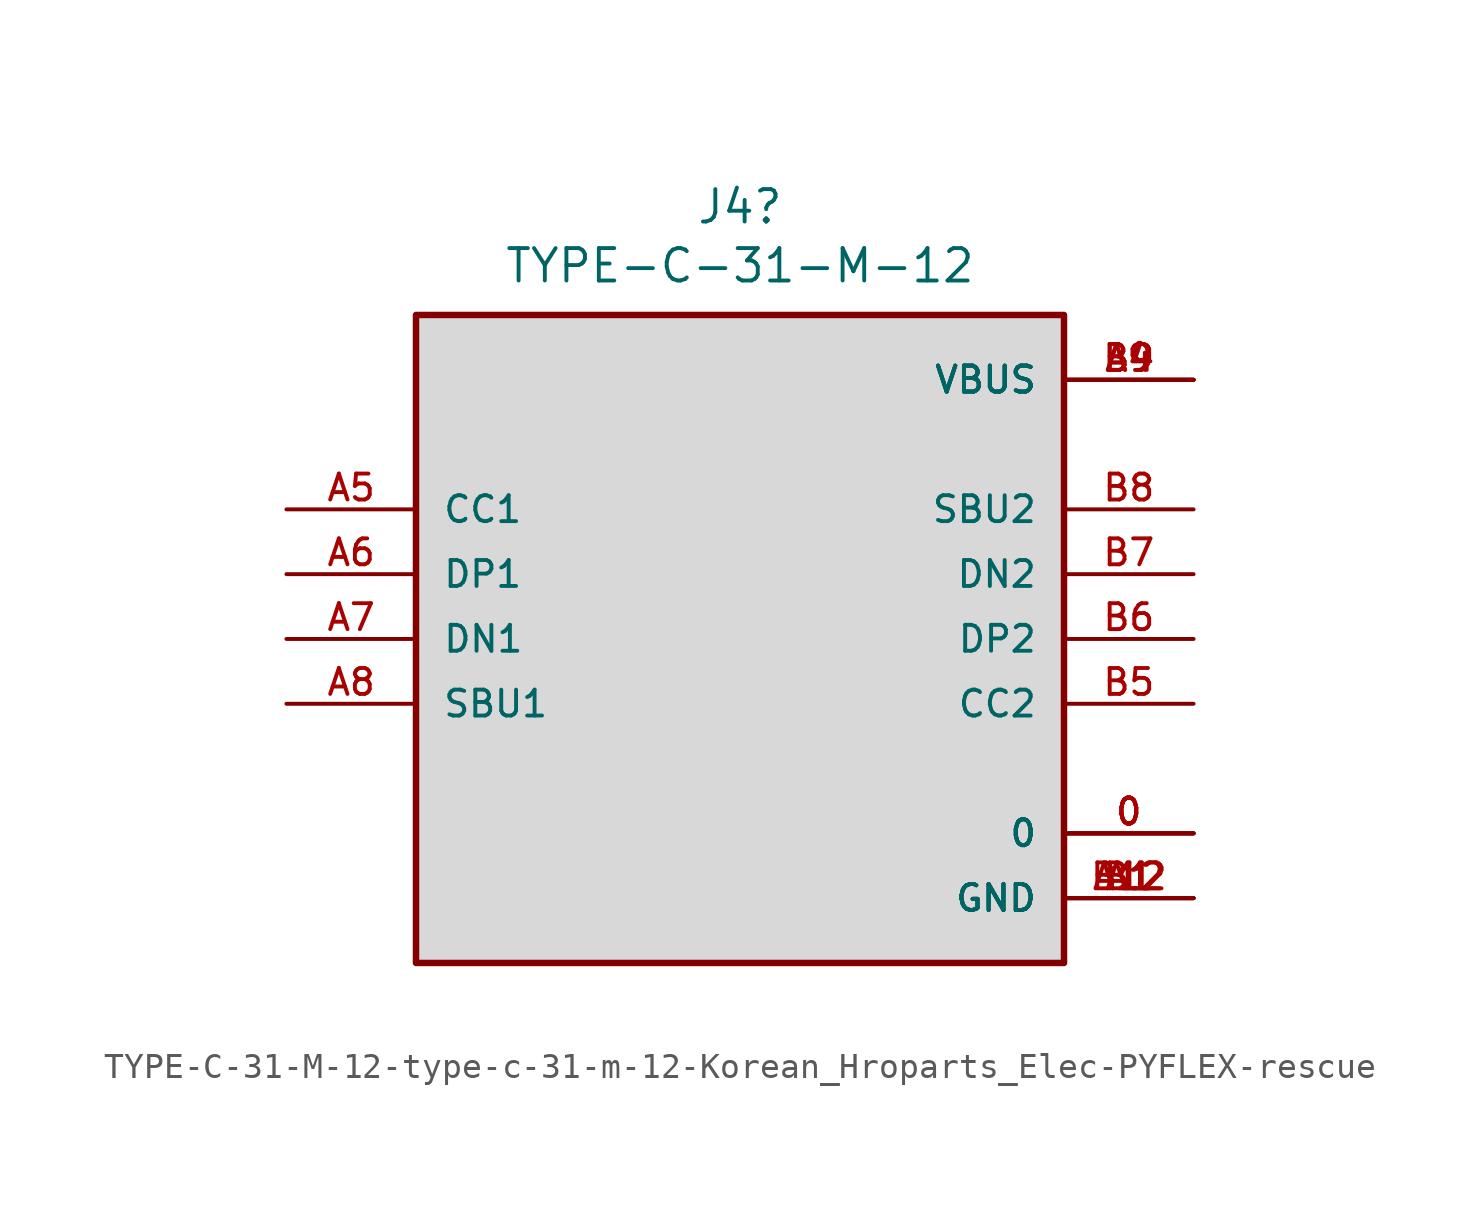
<source format=kicad_sym>
(kicad_symbol_lib
  (version 20220914)
  (generator kicad_symbol_editor)
  (symbol "TYPE-C-31-M-12-type-c-31-m-12-Korean_Hroparts_Elec-PYFLEX-rescue"
    (pin_names
      (offset 1.016))
    (property "Reference" "J4"
      (at 0 16.942 0)
      (effects (font (size 1.27 1.27))))
    (property "Value" "TYPE-C-31-M-12"
      (at 0 14.63 0)
      (effects (font (size 1.27 1.27))))
    (symbol "TYPE-C-31-M-12-type-c-31-m-12-Korean_Hroparts_Elec-PYFLEX-rescue_0_0"
      (pin passive line (at 17.78 -7.62 180) (length 5.08) (name "0" (effects (font (size 1.016 1.016)))) (number "0" (effects (font (size 1.016 1.016)))))
      (pin passive line (at 17.78 -7.62 180) (length 5.08) (name "0" (effects (font (size 1.016 1.016)))) (number "0" (effects (font (size 1.016 1.016)))))
      (pin passive line (at 17.78 -7.62 180) (length 5.08) (name "0" (effects (font (size 1.016 1.016)))) (number "0" (effects (font (size 1.016 1.016)))))
      (pin passive line (at 17.78 -7.62 180) (length 5.08) (name "0" (effects (font (size 1.016 1.016)))) (number "0" (effects (font (size 1.016 1.016)))))
      (pin power_in line (at 17.78 -10.16 180) (length 5.08) (name "GND" (effects (font (size 1.016 1.016)))) (number "A1" (effects (font (size 1.016 1.016)))))
      (pin power_in line (at 17.78 -10.16 180) (length 5.08) (name "GND" (effects (font (size 1.016 1.016)))) (number "A12" (effects (font (size 1.016 1.016)))))
      (pin power_in line (at 17.78 10.16 180) (length 5.08) (name "VBUS" (effects (font (size 1.016 1.016)))) (number "A4" (effects (font (size 1.016 1.016)))))
      (pin bidirectional line (at -17.78 5.08 0) (length 5.08) (name "CC1" (effects (font (size 1.016 1.016)))) (number "A5" (effects (font (size 1.016 1.016)))))
      (pin bidirectional line (at -17.78 2.54 0) (length 5.08) (name "DP1" (effects (font (size 1.016 1.016)))) (number "A6" (effects (font (size 1.016 1.016)))))
      (pin bidirectional line (at -17.78 0 0) (length 5.08) (name "DN1" (effects (font (size 1.016 1.016)))) (number "A7" (effects (font (size 1.016 1.016)))))
      (pin bidirectional line (at -17.78 -2.54 0) (length 5.08) (name "SBU1" (effects (font (size 1.016 1.016)))) (number "A8" (effects (font (size 1.016 1.016)))))
      (pin power_in line (at 17.78 10.16 180) (length 5.08) (name "VBUS" (effects (font (size 1.016 1.016)))) (number "A9" (effects (font (size 1.016 1.016)))))
      (pin power_in line (at 17.78 -10.16 180) (length 5.08) (name "GND" (effects (font (size 1.016 1.016)))) (number "B1" (effects (font (size 1.016 1.016)))))
      (pin power_in line (at 17.78 -10.16 180) (length 5.08) (name "GND" (effects (font (size 1.016 1.016)))) (number "B12" (effects (font (size 1.016 1.016)))))
      (pin power_in line (at 17.78 10.16 180) (length 5.08) (name "VBUS" (effects (font (size 1.016 1.016)))) (number "B4" (effects (font (size 1.016 1.016)))))
      (pin bidirectional line (at 17.78 -2.54 180) (length 5.08) (name "CC2" (effects (font (size 1.016 1.016)))) (number "B5" (effects (font (size 1.016 1.016)))))
      (pin bidirectional line (at 17.78 0 180) (length 5.08) (name "DP2" (effects (font (size 1.016 1.016)))) (number "B6" (effects (font (size 1.016 1.016)))))
      (pin bidirectional line (at 17.78 2.54 180) (length 5.08) (name "DN2" (effects (font (size 1.016 1.016)))) (number "B7" (effects (font (size 1.016 1.016)))))
      (pin bidirectional line (at 17.78 5.08 180) (length 5.08) (name "SBU2" (effects (font (size 1.016 1.016)))) (number "B8" (effects (font (size 1.016 1.016)))))
      (pin power_in line (at 17.78 10.16 180) (length 5.08) (name "VBUS" (effects (font (size 1.016 1.016)))) (number "B9" (effects (font (size 1.016 1.016))))))
    (symbol "TYPE-C-31-M-12-type-c-31-m-12-Korean_Hroparts_Elec-PYFLEX-rescue_1_0"
      (rectangle (start -12.7 12.7) (end 12.7 -12.7) (stroke (width 0.254) (type solid)) (fill (type color) (color 194 194 194 0.63))))))
</source>
